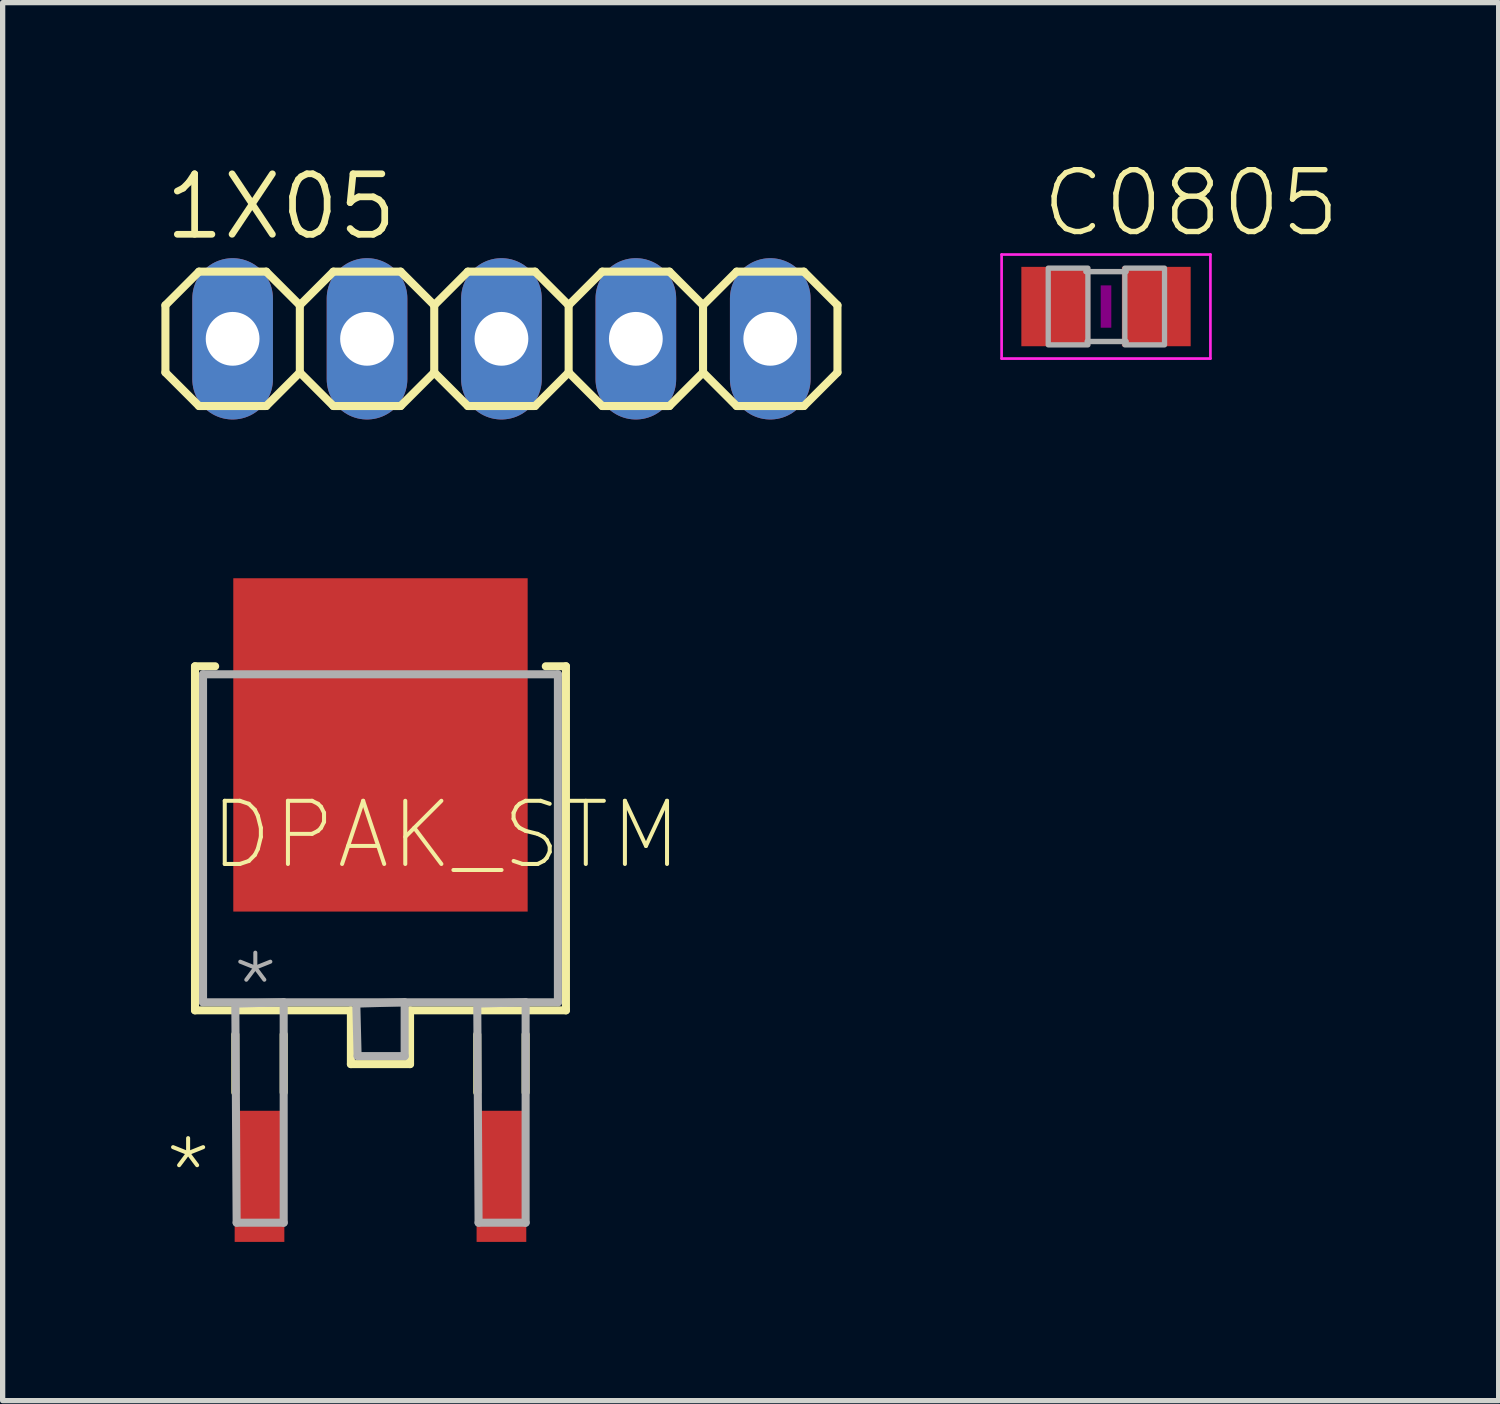
<source format=kicad_pcb>
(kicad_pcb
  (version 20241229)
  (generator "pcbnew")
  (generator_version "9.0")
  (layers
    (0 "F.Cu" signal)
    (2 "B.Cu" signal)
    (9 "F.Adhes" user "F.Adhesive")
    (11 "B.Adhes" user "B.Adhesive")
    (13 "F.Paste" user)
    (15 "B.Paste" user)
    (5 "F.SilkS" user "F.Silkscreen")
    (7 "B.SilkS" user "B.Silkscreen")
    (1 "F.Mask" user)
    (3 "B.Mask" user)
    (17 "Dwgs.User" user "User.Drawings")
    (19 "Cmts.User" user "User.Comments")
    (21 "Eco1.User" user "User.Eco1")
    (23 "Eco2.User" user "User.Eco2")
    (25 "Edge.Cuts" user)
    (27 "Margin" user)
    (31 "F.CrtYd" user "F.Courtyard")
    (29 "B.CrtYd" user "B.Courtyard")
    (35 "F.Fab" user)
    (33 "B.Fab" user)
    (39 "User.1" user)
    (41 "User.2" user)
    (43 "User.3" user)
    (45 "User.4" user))
  (footprint "C0805"
    (layer "F.Cu")
    (at 17.851 2.743)
    (property "Reference" "C0805" (at -1.27 -1.27 0) (layer "F.SilkS") (effects (font (size 1.168 1.168) (thickness 0.102)) (justify left bottom)))
    (fp_poly (pts (xy -0.1 0.4) (xy 0.1 0.4) (xy 0.1 -0.4) (xy -0.1 -0.4)) (stroke (width 0) (type solid)) (fill yes) (layer "F.Adhes"))
    (fp_line (start -1.973 -0.983) (end 1.973 -0.983) (stroke (width 0.051) (type solid)) (layer "F.CrtYd"))
    (fp_line (start -1.973 0.983) (end -1.973 -0.983) (stroke (width 0.051) (type solid)) (layer "F.CrtYd"))
    (fp_line (start 1.973 -0.983) (end 1.973 0.983) (stroke (width 0.051) (type solid)) (layer "F.CrtYd"))
    (fp_line (start 1.973 0.983) (end -1.973 0.983) (stroke (width 0.051) (type solid)) (layer "F.CrtYd"))
    (fp_line (start -0.381 -0.66) (end 0.381 -0.66) (stroke (width 0.102) (type solid)) (layer "F.Fab"))
    (fp_line (start -0.356 0.66) (end 0.381 0.66) (stroke (width 0.102) (type solid)) (layer "F.Fab"))
    (fp_poly (pts (xy -1.092 0.724) (xy -0.342 0.724) (xy -0.342 -0.726) (xy -1.092 -0.726)) (stroke (width 0.1) (type solid)) (fill no) (layer "F.Fab"))
    (fp_poly (pts (xy 0.356 0.724) (xy 1.106 0.724) (xy 1.106 -0.726) (xy 0.356 -0.726)) (stroke (width 0.1) (type solid)) (fill no) (layer "F.Fab"))
    (pad "1" smd rect (at -0.95 0) (size 1.3 1.5) (layers "F.Cu" "F.Mask" "F.Paste"))
    (pad "2" smd rect (at 0.95 0) (size 1.3 1.5) (layers "F.Cu" "F.Mask" "F.Paste")))
  (footprint "1X05"
    (layer "F.Cu")
    (at 6.426 3.353)
    (property "Reference" "1X05" (at -6.426 -1.829 0) (layer "F.SilkS") (effects (font (size 1.143 1.143) (thickness 0.127)) (justify left bottom)))
    (fp_line (start -6.35 -0.635) (end -6.35 0.635) (stroke (width 0.152) (type solid)) (layer "F.SilkS"))
    (fp_line (start -6.35 0.635) (end -5.715 1.27) (stroke (width 0.152) (type solid)) (layer "F.SilkS"))
    (fp_line (start -5.715 -1.27) (end -6.35 -0.635) (stroke (width 0.152) (type solid)) (layer "F.SilkS"))
    (fp_line (start -5.715 -1.27) (end -4.445 -1.27) (stroke (width 0.152) (type solid)) (layer "F.SilkS"))
    (fp_line (start -4.445 -1.27) (end -3.81 -0.635) (stroke (width 0.152) (type solid)) (layer "F.SilkS"))
    (fp_line (start -4.445 1.27) (end -5.715 1.27) (stroke (width 0.152) (type solid)) (layer "F.SilkS"))
    (fp_line (start -3.81 -0.635) (end -3.81 0.635) (stroke (width 0.152) (type solid)) (layer "F.SilkS"))
    (fp_line (start -3.81 -0.635) (end -3.175 -1.27) (stroke (width 0.152) (type solid)) (layer "F.SilkS"))
    (fp_line (start -3.81 0.635) (end -4.445 1.27) (stroke (width 0.152) (type solid)) (layer "F.SilkS"))
    (fp_line (start -3.175 -1.27) (end -1.905 -1.27) (stroke (width 0.152) (type solid)) (layer "F.SilkS"))
    (fp_line (start -3.175 1.27) (end -3.81 0.635) (stroke (width 0.152) (type solid)) (layer "F.SilkS"))
    (fp_line (start -1.905 -1.27) (end -1.27 -0.635) (stroke (width 0.152) (type solid)) (layer "F.SilkS"))
    (fp_line (start -1.905 1.27) (end -3.175 1.27) (stroke (width 0.152) (type solid)) (layer "F.SilkS"))
    (fp_line (start -1.27 -0.635) (end -1.27 0.635) (stroke (width 0.152) (type solid)) (layer "F.SilkS"))
    (fp_line (start -1.27 -0.635) (end -0.635 -1.27) (stroke (width 0.152) (type solid)) (layer "F.SilkS"))
    (fp_line (start -1.27 0.635) (end -1.905 1.27) (stroke (width 0.152) (type solid)) (layer "F.SilkS"))
    (fp_line (start -0.635 -1.27) (end 0.635 -1.27) (stroke (width 0.152) (type solid)) (layer "F.SilkS"))
    (fp_line (start -0.635 1.27) (end -1.27 0.635) (stroke (width 0.152) (type solid)) (layer "F.SilkS"))
    (fp_line (start 0.635 -1.27) (end 1.27 -0.635) (stroke (width 0.152) (type solid)) (layer "F.SilkS"))
    (fp_line (start 0.635 1.27) (end -0.635 1.27) (stroke (width 0.152) (type solid)) (layer "F.SilkS"))
    (fp_line (start 1.27 -0.635) (end 1.27 0.635) (stroke (width 0.152) (type solid)) (layer "F.SilkS"))
    (fp_line (start 1.27 0.635) (end 0.635 1.27) (stroke (width 0.152) (type solid)) (layer "F.SilkS"))
    (fp_line (start 1.27 0.635) (end 1.905 1.27) (stroke (width 0.152) (type solid)) (layer "F.SilkS"))
    (fp_line (start 1.905 -1.27) (end 1.27 -0.635) (stroke (width 0.152) (type solid)) (layer "F.SilkS"))
    (fp_line (start 1.905 -1.27) (end 3.175 -1.27) (stroke (width 0.152) (type solid)) (layer "F.SilkS"))
    (fp_line (start 3.175 -1.27) (end 3.81 -0.635) (stroke (width 0.152) (type solid)) (layer "F.SilkS"))
    (fp_line (start 3.175 1.27) (end 1.905 1.27) (stroke (width 0.152) (type solid)) (layer "F.SilkS"))
    (fp_line (start 3.81 -0.635) (end 3.81 0.635) (stroke (width 0.152) (type solid)) (layer "F.SilkS"))
    (fp_line (start 3.81 0.635) (end 3.175 1.27) (stroke (width 0.152) (type solid)) (layer "F.SilkS"))
    (fp_line (start 3.81 0.635) (end 4.445 1.27) (stroke (width 0.152) (type solid)) (layer "F.SilkS"))
    (fp_line (start 4.445 -1.27) (end 3.81 -0.635) (stroke (width 0.152) (type solid)) (layer "F.SilkS"))
    (fp_line (start 4.445 -1.27) (end 5.715 -1.27) (stroke (width 0.152) (type solid)) (layer "F.SilkS"))
    (fp_line (start 5.715 -1.27) (end 6.35 -0.635) (stroke (width 0.152) (type solid)) (layer "F.SilkS"))
    (fp_line (start 5.715 1.27) (end 4.445 1.27) (stroke (width 0.152) (type solid)) (layer "F.SilkS"))
    (fp_line (start 6.35 -0.635) (end 6.35 0.635) (stroke (width 0.152) (type solid)) (layer "F.SilkS"))
    (fp_line (start 6.35 0.635) (end 5.715 1.27) (stroke (width 0.152) (type solid)) (layer "F.SilkS"))
    (fp_poly (pts (xy -5.334 0.254) (xy -4.826 0.254) (xy -4.826 -0.254) (xy -5.334 -0.254)) (stroke (width 0.1) (type solid)) (fill no) (layer "F.Fab"))
    (fp_poly (pts (xy -2.794 0.254) (xy -2.286 0.254) (xy -2.286 -0.254) (xy -2.794 -0.254)) (stroke (width 0.1) (type solid)) (fill no) (layer "F.Fab"))
    (fp_poly (pts (xy -0.254 0.254) (xy 0.254 0.254) (xy 0.254 -0.254) (xy -0.254 -0.254)) (stroke (width 0.1) (type solid)) (fill no) (layer "F.Fab"))
    (fp_poly (pts (xy 2.286 0.254) (xy 2.794 0.254) (xy 2.794 -0.254) (xy 2.286 -0.254)) (stroke (width 0.1) (type solid)) (fill no) (layer "F.Fab"))
    (fp_poly (pts (xy 4.826 0.254) (xy 5.334 0.254) (xy 5.334 -0.254) (xy 4.826 -0.254)) (stroke (width 0.1) (type solid)) (fill no) (layer "F.Fab"))
    (pad "1" thru_hole oval (at -5.08 0 90) (size 3.048 1.524) (drill 1.016) (layers "*.Cu" "*.Mask"))
    (pad "2" thru_hole oval (at -2.54 0 90) (size 3.048 1.524) (drill 1.016) (layers "*.Cu" "*.Mask"))
    (pad "3" thru_hole oval (at 0 0 90) (size 3.048 1.524) (drill 1.016) (layers "*.Cu" "*.Mask"))
    (pad "4" thru_hole oval (at 2.54 0 90) (size 3.048 1.524) (drill 1.016) (layers "*.Cu" "*.Mask"))
    (pad "5" thru_hole oval (at 5.08 0 90) (size 3.048 1.524) (drill 1.016) (layers "*.Cu" "*.Mask")))
  (footprint "DPAK_STM"
    (layer "F.Cu")
    (at 4.14 12.792)
    (property "Reference" "DPAK_STM" (at -3.277 0.635 0) (layer "F.SilkS") (effects (font (size 1.194 1.194) (thickness 0.076)) (justify left bottom)))
    (fp_line (start -3.505 -3.251) (end -3.505 3.251) (stroke (width 0.152) (type solid)) (layer "F.SilkS"))
    (fp_line (start -3.505 3.251) (end -0.559 3.251) (stroke (width 0.152) (type solid)) (layer "F.SilkS"))
    (fp_line (start -3.124 -3.251) (end -3.505 -3.251) (stroke (width 0.152) (type solid)) (layer "F.SilkS"))
    (fp_line (start -2.743 3.708) (end -2.743 4.801) (stroke (width 0.152) (type solid)) (layer "F.SilkS"))
    (fp_line (start -1.829 3.708) (end -1.829 4.801) (stroke (width 0.152) (type solid)) (layer "F.SilkS"))
    (fp_line (start -0.559 3.251) (end -0.559 4.267) (stroke (width 0.152) (type solid)) (layer "F.SilkS"))
    (fp_line (start -0.559 4.267) (end 0.559 4.267) (stroke (width 0.152) (type solid)) (layer "F.SilkS"))
    (fp_line (start 0.559 3.251) (end 3.505 3.251) (stroke (width 0.152) (type solid)) (layer "F.SilkS"))
    (fp_line (start 0.559 4.267) (end 0.559 3.251) (stroke (width 0.152) (type solid)) (layer "F.SilkS"))
    (fp_line (start 1.829 3.708) (end 1.829 4.801) (stroke (width 0.152) (type solid)) (layer "F.SilkS"))
    (fp_line (start 2.743 3.708) (end 2.743 4.801) (stroke (width 0.152) (type solid)) (layer "F.SilkS"))
    (fp_line (start 3.505 -3.251) (end 3.124 -3.251) (stroke (width 0.152) (type solid)) (layer "F.SilkS"))
    (fp_line (start 3.505 3.251) (end 3.505 -3.251) (stroke (width 0.152) (type solid)) (layer "F.SilkS"))
    (fp_line (start -3.353 -3.099) (end -3.353 3.099) (stroke (width 0.152) (type solid)) (layer "F.Fab"))
    (fp_line (start -3.353 3.099) (end 3.353 3.099) (stroke (width 0.152) (type solid)) (layer "F.Fab"))
    (fp_line (start -2.743 3.124) (end -2.718 7.264) (stroke (width 0.152) (type solid)) (layer "F.Fab"))
    (fp_line (start -2.718 7.264) (end -1.829 7.264) (stroke (width 0.152) (type solid)) (layer "F.Fab"))
    (fp_line (start -1.829 3.099) (end -2.743 3.124) (stroke (width 0.152) (type solid)) (layer "F.Fab"))
    (fp_line (start -1.829 7.264) (end -1.829 3.099) (stroke (width 0.152) (type solid)) (layer "F.Fab"))
    (fp_line (start -0.457 3.124) (end -0.432 4.115) (stroke (width 0.152) (type solid)) (layer "F.Fab"))
    (fp_line (start -0.432 4.115) (end 0.457 4.115) (stroke (width 0.152) (type solid)) (layer "F.Fab"))
    (fp_line (start 0.457 3.099) (end -0.457 3.124) (stroke (width 0.152) (type solid)) (layer "F.Fab"))
    (fp_line (start 0.457 4.115) (end 0.457 3.099) (stroke (width 0.152) (type solid)) (layer "F.Fab"))
    (fp_line (start 1.829 3.124) (end 1.854 7.264) (stroke (width 0.152) (type solid)) (layer "F.Fab"))
    (fp_line (start 1.854 7.264) (end 2.743 7.264) (stroke (width 0.152) (type solid)) (layer "F.Fab"))
    (fp_line (start 2.743 3.099) (end 1.829 3.124) (stroke (width 0.152) (type solid)) (layer "F.Fab"))
    (fp_line (start 2.743 7.264) (end 2.743 3.099) (stroke (width 0.152) (type solid)) (layer "F.Fab"))
    (fp_line (start 3.353 -3.099) (end -3.353 -3.099) (stroke (width 0.152) (type solid)) (layer "F.Fab"))
    (fp_line (start 3.353 3.099) (end 3.353 -3.099) (stroke (width 0.152) (type solid)) (layer "F.Fab"))
    (fp_text user "*" (at -4.14 7.01 0) (layer "F.SilkS") (effects (font (size 1.194 1.194) (thickness 0.076)) (justify left bottom)))
    (fp_text user "*" (at -2.87 3.505 0) (layer "F.Fab") (effects (font (size 1.194 1.194) (thickness 0.076)) (justify left bottom)))
    (pad "1" smd rect (at -2.286 6.388) (size 0.939 2.478) (layers "F.Cu" "F.Mask" "F.Paste"))
    (pad "2" smd rect (at 2.286 6.388) (size 0.939 2.478) (layers "F.Cu" "F.Mask" "F.Paste"))
    (pad "3" smd rect (at 0 -1.765) (size 5.563 6.299) (layers "F.Cu" "F.Mask" "F.Paste")))
  (gr_rect
    (start -3 -3)
    (end 25.271 23.419)
    (stroke (width 0.1) (type default))
    (fill no)
    (layer "Edge.Cuts")))
</source>
